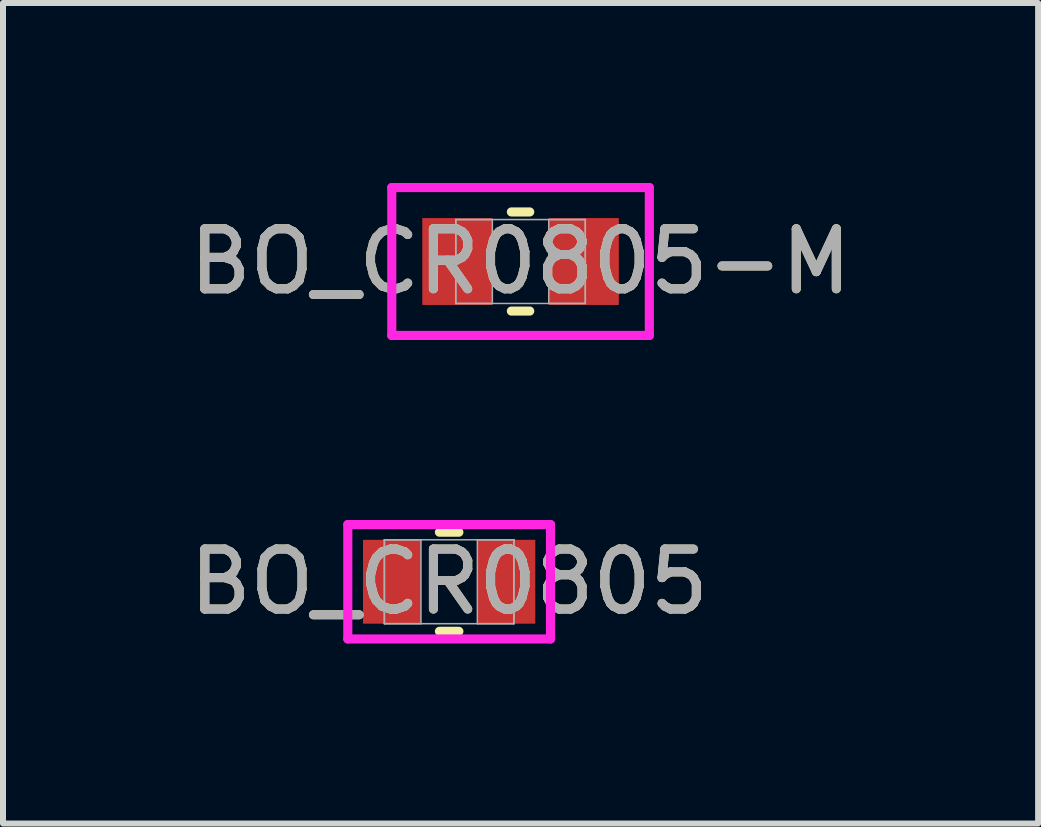
<source format=kicad_pcb>
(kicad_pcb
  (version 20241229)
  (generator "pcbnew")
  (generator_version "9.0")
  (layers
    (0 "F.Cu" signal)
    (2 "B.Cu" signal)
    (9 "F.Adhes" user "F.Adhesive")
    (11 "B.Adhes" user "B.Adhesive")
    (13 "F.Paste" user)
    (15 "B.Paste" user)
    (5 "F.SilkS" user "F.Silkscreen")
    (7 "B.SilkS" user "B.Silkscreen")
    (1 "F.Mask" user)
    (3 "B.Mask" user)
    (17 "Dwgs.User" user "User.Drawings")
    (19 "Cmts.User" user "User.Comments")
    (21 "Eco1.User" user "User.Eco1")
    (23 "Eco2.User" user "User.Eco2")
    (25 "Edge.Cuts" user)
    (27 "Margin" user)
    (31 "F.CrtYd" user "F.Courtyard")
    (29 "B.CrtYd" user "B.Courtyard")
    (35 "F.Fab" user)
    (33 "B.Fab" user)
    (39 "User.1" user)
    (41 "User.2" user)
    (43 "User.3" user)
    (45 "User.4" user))
  (footprint "BO_CR0805"
    (layer "F.Cu")
    (at 4.435 6.645)
    (property "Reference" "BO_CR0805" (at 0 0 0) (unlocked yes) (layer "F.SilkS") (effects (font (size 1 1) (thickness 0.15))))
    (attr smd)
    (fp_line (start -0.162 0.826) (end 0.162 0.826) (stroke (width 0.152) (type solid)) (layer "F.SilkS"))
    (fp_line (start 0.162 -0.826) (end -0.162 -0.826) (stroke (width 0.152) (type solid)) (layer "F.SilkS"))
    (fp_line (start -1.689 -0.953) (end 1.689 -0.953) (stroke (width 0.152) (type solid)) (layer "F.CrtYd"))
    (fp_line (start -1.689 0.953) (end -1.689 -0.953) (stroke (width 0.152) (type solid)) (layer "F.CrtYd"))
    (fp_line (start 1.689 -0.953) (end 1.689 0.953) (stroke (width 0.152) (type solid)) (layer "F.CrtYd"))
    (fp_line (start 1.689 0.953) (end -1.689 0.953) (stroke (width 0.152) (type solid)) (layer "F.CrtYd"))
    (fp_line (start -1.079 -0.699) (end -1.079 0.699) (stroke (width 0.025) (type solid)) (layer "F.Fab"))
    (fp_line (start -1.079 -0.699) (end -1.079 0.699) (stroke (width 0.025) (type solid)) (layer "F.Fab"))
    (fp_line (start -1.079 0.699) (end -0.47 0.699) (stroke (width 0.025) (type solid)) (layer "F.Fab"))
    (fp_line (start -1.079 0.699) (end 1.079 0.699) (stroke (width 0.025) (type solid)) (layer "F.Fab"))
    (fp_line (start -0.47 -0.699) (end -1.079 -0.699) (stroke (width 0.025) (type solid)) (layer "F.Fab"))
    (fp_line (start -0.47 0.699) (end -0.47 -0.699) (stroke (width 0.025) (type solid)) (layer "F.Fab"))
    (fp_line (start 0.47 -0.699) (end 0.47 0.699) (stroke (width 0.025) (type solid)) (layer "F.Fab"))
    (fp_line (start 0.47 0.699) (end 1.079 0.699) (stroke (width 0.025) (type solid)) (layer "F.Fab"))
    (fp_line (start 1.079 -0.699) (end -1.079 -0.699) (stroke (width 0.025) (type solid)) (layer "F.Fab"))
    (fp_line (start 1.079 -0.699) (end 0.47 -0.699) (stroke (width 0.025) (type solid)) (layer "F.Fab"))
    (fp_line (start 1.079 0.699) (end 1.079 -0.699) (stroke (width 0.025) (type solid)) (layer "F.Fab"))
    (fp_line (start 1.079 0.699) (end 1.079 -0.699) (stroke (width 0.025) (type solid)) (layer "F.Fab"))
    (fp_text user "${REFERENCE}" (at 0 0 0) (unlocked yes) (layer "F.Fab") (effects (font (size 1 1) (thickness 0.15))))
    (pad "1" smd rect (at -0.953 0) (size 0.965 1.397) (layers "F.Cu" "F.Mask" "F.Paste"))
    (pad "2" smd rect (at 0.953 0) (size 0.965 1.397) (layers "F.Cu" "F.Mask" "F.Paste"))
    (zone (net_name "") (layer "F.Cu") (hatch full 0.508) (connect_pads) (min_thickness 0.254) (filled_areas_thickness no) (keepout (tracks not_allowed) (vias not_allowed) (pads allowed) (copperpour not_allowed) (footprints allowed)) (placement (enabled no)) (fill) (polygon (pts (xy 4.015 5.997) (xy 4.854 5.997) (xy 4.854 7.293) (xy 4.015 7.293)))))
  (footprint "BO_CR0805-M"
    (layer "F.Cu")
    (at 5.625 1.308)
    (property "Reference" "BO_CR0805-M" (at 0 0 0) (unlocked yes) (layer "F.SilkS") (effects (font (size 1 1) (thickness 0.15))))
    (attr smd)
    (fp_line (start -0.153 0.826) (end 0.153 0.826) (stroke (width 0.152) (type solid)) (layer "F.SilkS"))
    (fp_line (start 0.153 -0.826) (end -0.153 -0.826) (stroke (width 0.152) (type solid)) (layer "F.SilkS"))
    (fp_line (start -2.146 -1.232) (end 2.146 -1.232) (stroke (width 0.152) (type solid)) (layer "F.CrtYd"))
    (fp_line (start -2.146 1.232) (end -2.146 -1.232) (stroke (width 0.152) (type solid)) (layer "F.CrtYd"))
    (fp_line (start 2.146 -1.232) (end 2.146 1.232) (stroke (width 0.152) (type solid)) (layer "F.CrtYd"))
    (fp_line (start 2.146 1.232) (end -2.146 1.232) (stroke (width 0.152) (type solid)) (layer "F.CrtYd"))
    (fp_line (start -1.079 -0.699) (end -1.079 0.699) (stroke (width 0.025) (type solid)) (layer "F.Fab"))
    (fp_line (start -1.079 -0.699) (end -1.079 0.699) (stroke (width 0.025) (type solid)) (layer "F.Fab"))
    (fp_line (start -1.079 0.699) (end -0.47 0.699) (stroke (width 0.025) (type solid)) (layer "F.Fab"))
    (fp_line (start -1.079 0.699) (end 1.079 0.699) (stroke (width 0.025) (type solid)) (layer "F.Fab"))
    (fp_line (start -0.47 -0.699) (end -1.079 -0.699) (stroke (width 0.025) (type solid)) (layer "F.Fab"))
    (fp_line (start -0.47 0.699) (end -0.47 -0.699) (stroke (width 0.025) (type solid)) (layer "F.Fab"))
    (fp_line (start 0.47 -0.699) (end 0.47 0.699) (stroke (width 0.025) (type solid)) (layer "F.Fab"))
    (fp_line (start 0.47 0.699) (end 1.079 0.699) (stroke (width 0.025) (type solid)) (layer "F.Fab"))
    (fp_line (start 1.079 -0.699) (end -1.079 -0.699) (stroke (width 0.025) (type solid)) (layer "F.Fab"))
    (fp_line (start 1.079 -0.699) (end 0.47 -0.699) (stroke (width 0.025) (type solid)) (layer "F.Fab"))
    (fp_line (start 1.079 0.699) (end 1.079 -0.699) (stroke (width 0.025) (type solid)) (layer "F.Fab"))
    (fp_line (start 1.079 0.699) (end 1.079 -0.699) (stroke (width 0.025) (type solid)) (layer "F.Fab"))
    (fp_text user "${REFERENCE}" (at 0 0 0) (unlocked yes) (layer "F.Fab") (effects (font (size 1 1) (thickness 0.15))))
    (pad "1" smd rect (at -1.054 0) (size 1.168 1.448) (layers "F.Cu" "F.Mask" "F.Paste"))
    (pad "2" smd rect (at 1.054 0) (size 1.168 1.448) (layers "F.Cu" "F.Mask" "F.Paste"))
    (zone (net_name "") (layer "F.Cu") (hatch full 0.508) (connect_pads) (min_thickness 0.254) (filled_areas_thickness no) (keepout (tracks not_allowed) (vias not_allowed) (pads allowed) (copperpour not_allowed) (footprints allowed)) (placement (enabled no)) (fill) (polygon (pts (xy 5.206 0.66) (xy 6.044 0.66) (xy 6.044 1.956) (xy 5.206 1.956)))))
  (gr_rect
    (start -3 -3)
    (end 14.25 10.674)
    (stroke (width 0.1) (type default))
    (fill no)
    (layer "Edge.Cuts")))
</source>
